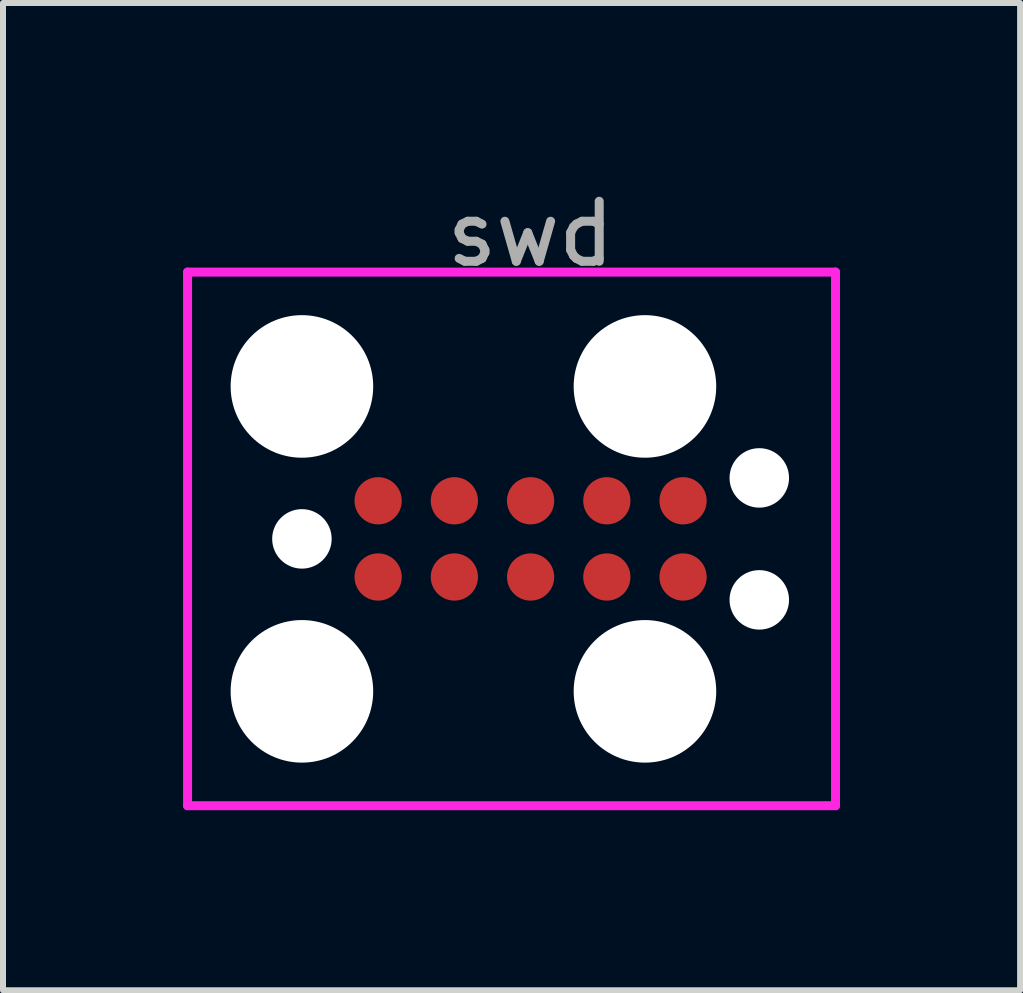
<source format=kicad_pcb>
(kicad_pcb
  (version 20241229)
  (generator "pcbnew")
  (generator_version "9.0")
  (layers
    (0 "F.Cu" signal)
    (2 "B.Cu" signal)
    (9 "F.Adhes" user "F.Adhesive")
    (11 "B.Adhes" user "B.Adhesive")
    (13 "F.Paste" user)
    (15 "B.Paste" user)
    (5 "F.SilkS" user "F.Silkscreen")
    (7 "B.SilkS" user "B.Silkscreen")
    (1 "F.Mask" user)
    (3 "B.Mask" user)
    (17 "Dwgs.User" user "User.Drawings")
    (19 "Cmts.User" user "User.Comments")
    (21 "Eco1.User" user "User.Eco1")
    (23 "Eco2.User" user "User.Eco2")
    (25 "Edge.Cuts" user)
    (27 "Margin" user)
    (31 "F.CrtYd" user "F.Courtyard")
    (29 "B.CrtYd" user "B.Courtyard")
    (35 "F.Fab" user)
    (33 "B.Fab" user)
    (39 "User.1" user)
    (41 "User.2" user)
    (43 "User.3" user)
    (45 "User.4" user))
  (footprint "swd"
    (layer "F.Cu")
    (at 5.79 5.928)
    (property "Reference" "swd" (at 0 -5.08 0) (layer "F.Fab") (effects (font (size 1 1) (thickness 0.15))))
    (attr through_hole)
    (fp_line (start -5.715 -4.445) (end 5.08 -4.445) (stroke (width 0.15) (type solid)) (layer "F.CrtYd"))
    (fp_line (start -5.715 4.445) (end -5.715 -4.445) (stroke (width 0.15) (type solid)) (layer "F.CrtYd"))
    (fp_line (start 5.08 -4.445) (end 5.08 4.445) (stroke (width 0.15) (type solid)) (layer "F.CrtYd"))
    (fp_line (start 5.08 4.445) (end -5.715 4.445) (stroke (width 0.15) (type solid)) (layer "F.CrtYd"))
    (pad "" np_thru_hole circle (at -3.81 -2.54) (size 2.375 2.375) (drill 2.375) (layers "*.Cu" "*.Mask"))
    (pad "" np_thru_hole circle (at -3.81 0) (size 0.991 0.991) (drill 0.991) (layers "*.Cu" "*.Mask"))
    (pad "" np_thru_hole circle (at -3.81 2.54) (size 2.375 2.375) (drill 2.375) (layers "*.Cu" "*.Mask"))
    (pad "" np_thru_hole circle (at 1.905 -2.54) (size 2.375 2.375) (drill 2.375) (layers "*.Cu" "*.Mask"))
    (pad "" np_thru_hole circle (at 1.905 2.54) (size 2.375 2.375) (drill 2.375) (layers "*.Cu" "*.Mask"))
    (pad "" np_thru_hole circle (at 3.81 -1.016) (size 0.991 0.991) (drill 0.991) (layers "*.Cu" "*.Mask"))
    (pad "" np_thru_hole circle (at 3.81 1.016) (size 0.991 0.991) (drill 0.991) (layers "*.Cu" "*.Mask"))
    (pad "1" smd circle (at -2.54 0.635) (size 0.787 0.787) (layers "F.Cu" "F.Mask" "F.Paste"))
    (pad "2" smd circle (at -1.27 0.635) (size 0.787 0.787) (layers "F.Cu" "F.Mask" "F.Paste"))
    (pad "3" smd circle (at 0 0.635) (size 0.787 0.787) (layers "F.Cu" "F.Mask" "F.Paste"))
    (pad "4" smd circle (at 1.27 0.635) (size 0.787 0.787) (layers "F.Cu" "F.Mask" "F.Paste"))
    (pad "5" smd circle (at 2.54 0.635) (size 0.787 0.787) (layers "F.Cu" "F.Mask" "F.Paste"))
    (pad "6" smd circle (at 2.54 -0.635) (size 0.787 0.787) (layers "F.Cu" "F.Mask" "F.Paste"))
    (pad "7" smd circle (at 1.27 -0.635) (size 0.787 0.787) (layers "F.Cu" "F.Mask" "F.Paste"))
    (pad "8" smd circle (at 0 -0.635) (size 0.787 0.787) (layers "F.Cu" "F.Mask" "F.Paste"))
    (pad "9" smd circle (at -1.27 -0.635) (size 0.787 0.787) (layers "F.Cu" "F.Mask" "F.Paste"))
    (pad "10" smd circle (at -2.54 -0.635) (size 0.787 0.787) (layers "F.Cu" "F.Mask" "F.Paste")))
  (gr_rect
    (start -3 -3)
    (end 13.945 13.448)
    (stroke (width 0.1) (type default))
    (fill no)
    (layer "Edge.Cuts")))
</source>
